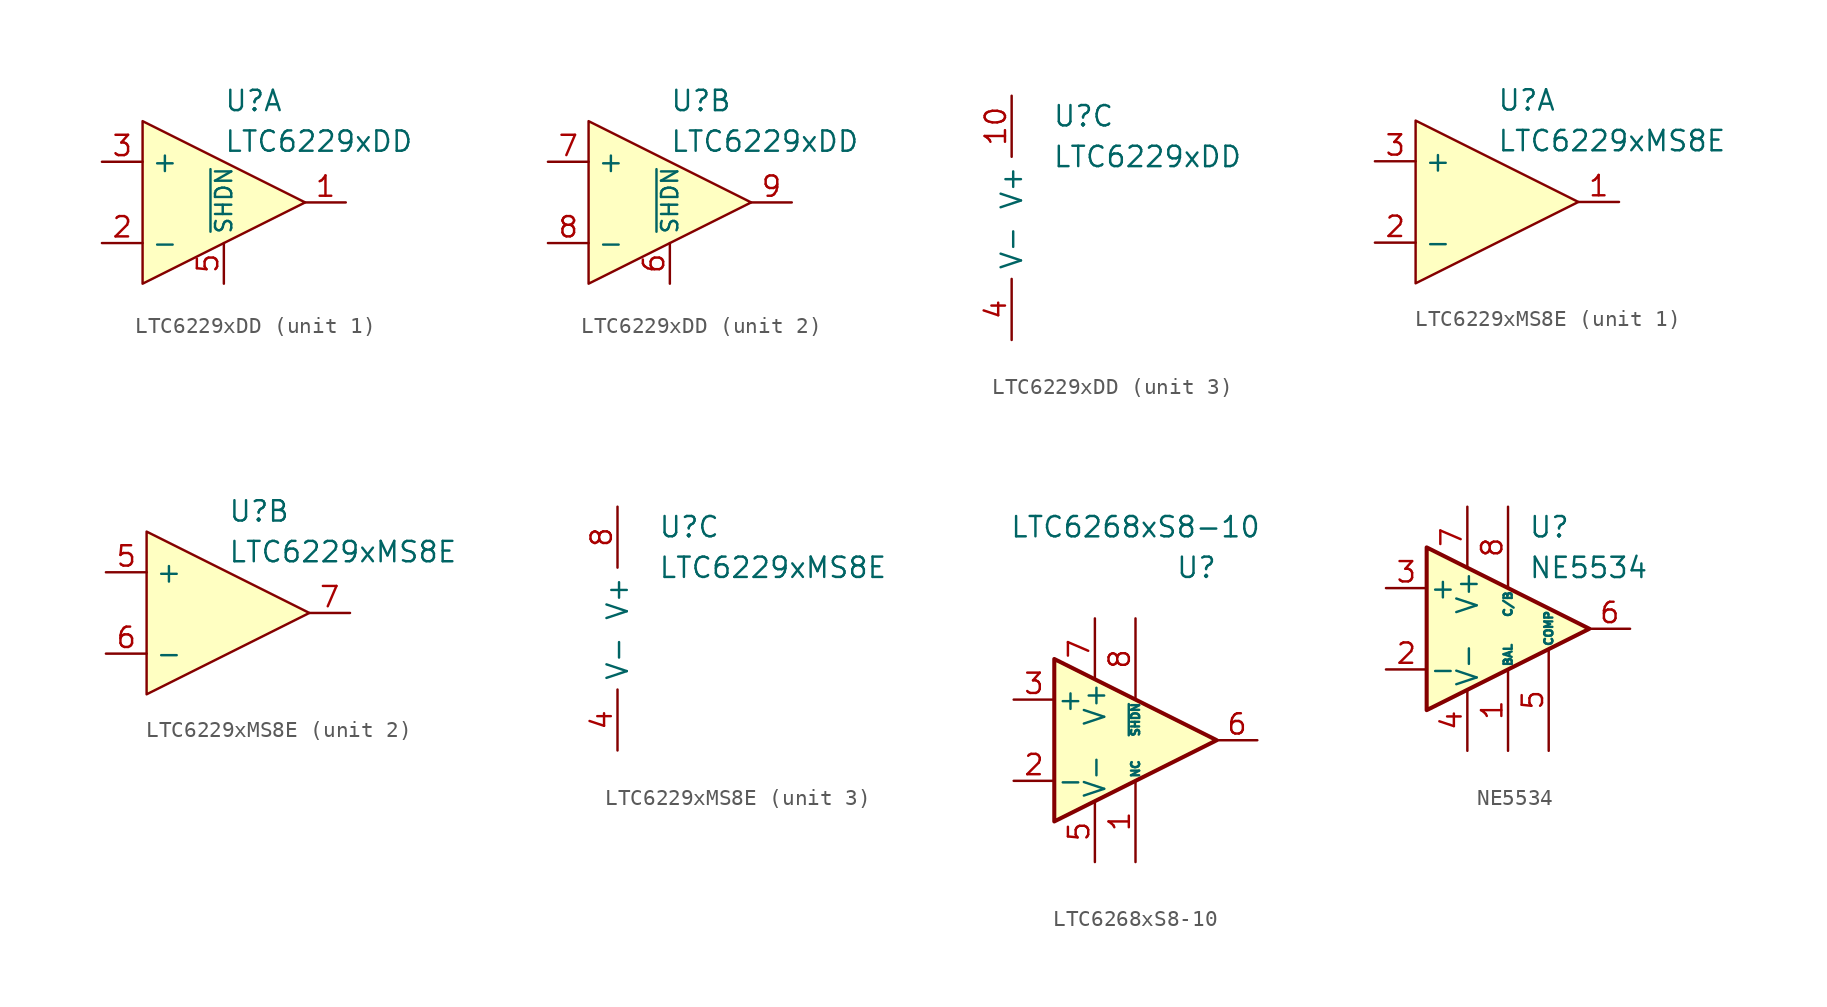
<source format=kicad_sym>
(kicad_symbol_lib
  (version 20201005)
  (generator kicad_symbol_editor)
  (symbol "LTC6229xDD"
    (property "Reference" "U"
      (at 0 6.35 0)
      (effects (font (size 1.27 1.27)) (justify left)))
    (property "Value" "LTC6229xDD"
      (at 0 3.81 0)
      (effects (font (size 1.27 1.27)) (justify left)))
    (symbol "LTC6229xDD_1_1"
      (polyline (pts (xy -5.08 5.08) (xy 5.08 0) (xy -5.08 -5.08) (xy -5.08 5.08)) (stroke (width 0)) (fill (type background)))
      (pin output line (at 7.62 0 180) (length 2.54) (name "~" (effects (font (size 1.27 1.27)))) (number "1" (effects (font (size 1.27 1.27)))))
      (pin input line (at -7.62 -2.54 0) (length 2.54) (name "-" (effects (font (size 1.27 1.27)))) (number "2" (effects (font (size 1.27 1.27)))))
      (pin input line (at -7.62 2.54 0) (length 2.54) (name "+" (effects (font (size 1.27 1.27)))) (number "3" (effects (font (size 1.27 1.27)))))
      (pin input line (at 0 -5.08 90) (length 2.54) (name "~SHDN" (effects (font (size 1.016 1.016)))) (number "5" (effects (font (size 1.27 1.27))))))
    (symbol "LTC6229xDD_2_1"
      (polyline (pts (xy -5.08 5.08) (xy 5.08 0) (xy -5.08 -5.08) (xy -5.08 5.08)) (stroke (width 0)) (fill (type background)))
      (pin input line (at 0 -5.08 90) (length 2.54) (name "~SHDN" (effects (font (size 1.016 1.016)))) (number "6" (effects (font (size 1.27 1.27)))))
      (pin input line (at -7.62 2.54 0) (length 2.54) (name "+" (effects (font (size 1.27 1.27)))) (number "7" (effects (font (size 1.27 1.27)))))
      (pin input line (at -7.62 -2.54 0) (length 2.54) (name "-" (effects (font (size 1.27 1.27)))) (number "8" (effects (font (size 1.27 1.27)))))
      (pin output line (at 7.62 0 180) (length 2.54) (name "~" (effects (font (size 1.27 1.27)))) (number "9" (effects (font (size 1.27 1.27))))))
    (symbol "LTC6229xDD_3_1"
      (pin power_in line (at -2.54 7.62 270) (length 3.81) (name "V+" (effects (font (size 1.27 1.27)))) (number "10" (effects (font (size 1.27 1.27)))))
      (pin passive line (at -2.54 -7.62 90) (length 3.81) hide (name "V-" (effects (font (size 1.27 1.27)))) (number "11" (effects (font (size 1.27 1.27)))))
      (pin power_in line (at -2.54 -7.62 90) (length 3.81) (name "V-" (effects (font (size 1.27 1.27)))) (number "4" (effects (font (size 1.27 1.27)))))))
  (symbol "LTC6229xMS8E"
    (property "Reference" "U"
      (at 0 6.35 0)
      (effects (font (size 1.27 1.27)) (justify left)))
    (property "Value" "LTC6229xMS8E"
      (at 0 3.81 0)
      (effects (font (size 1.27 1.27)) (justify left)))
    (symbol "LTC6229xMS8E_1_1"
      (polyline (pts (xy -5.08 5.08) (xy 5.08 0) (xy -5.08 -5.08) (xy -5.08 5.08)) (stroke (width 0)) (fill (type background)))
      (pin output line (at 7.62 0 180) (length 2.54) (name "~" (effects (font (size 1.27 1.27)))) (number "1" (effects (font (size 1.27 1.27)))))
      (pin input line (at -7.62 -2.54 0) (length 2.54) (name "-" (effects (font (size 1.27 1.27)))) (number "2" (effects (font (size 1.27 1.27)))))
      (pin input line (at -7.62 2.54 0) (length 2.54) (name "+" (effects (font (size 1.27 1.27)))) (number "3" (effects (font (size 1.27 1.27))))))
    (symbol "LTC6229xMS8E_2_1"
      (polyline (pts (xy -5.08 5.08) (xy 5.08 0) (xy -5.08 -5.08) (xy -5.08 5.08)) (stroke (width 0)) (fill (type background)))
      (pin input line (at -7.62 2.54 0) (length 2.54) (name "+" (effects (font (size 1.27 1.27)))) (number "5" (effects (font (size 1.27 1.27)))))
      (pin input line (at -7.62 -2.54 0) (length 2.54) (name "-" (effects (font (size 1.27 1.27)))) (number "6" (effects (font (size 1.27 1.27)))))
      (pin output line (at 7.62 0 180) (length 2.54) (name "~" (effects (font (size 1.27 1.27)))) (number "7" (effects (font (size 1.27 1.27))))))
    (symbol "LTC6229xMS8E_3_1"
      (pin power_in line (at -2.54 -7.62 90) (length 3.81) (name "V-" (effects (font (size 1.27 1.27)))) (number "4" (effects (font (size 1.27 1.27)))))
      (pin power_in line (at -2.54 7.62 270) (length 3.81) (name "V+" (effects (font (size 1.27 1.27)))) (number "8" (effects (font (size 1.27 1.27)))))
      (pin passive line (at -2.54 -7.62 90) (length 3.81) hide (name "V-" (effects (font (size 1.27 1.27)))) (number "9" (effects (font (size 1.27 1.27)))))))
  (symbol "LTC6268xS8-10"
    (pin_names
      (offset 0.127))
    (property "Reference" "U"
      (at 3.81 10.795 0)
      (effects (font (size 1.27 1.27))))
    (property "Value" "LTC6268xS8-10"
      (at 0 13.335 0)
      (effects (font (size 1.27 1.27))))
    (symbol "LTC6268xS8-10_1_1"
      (polyline (pts (xy -5.08 5.08) (xy -5.08 -5.08) (xy 5.08 0) (xy -5.08 5.08)) (stroke (width 0.254)) (fill (type background)))
      (pin passive line (at 0 -7.62 90) (length 5.08) (name "NC" (effects (font (size 0.508 0.508)))) (number "1" (effects (font (size 1.27 1.27)))))
      (pin input line (at -7.62 -2.54 0) (length 2.54) (name "-" (effects (font (size 1.27 1.27)))) (number "2" (effects (font (size 1.27 1.27)))))
      (pin input line (at -7.62 2.54 0) (length 2.54) (name "+" (effects (font (size 1.27 1.27)))) (number "3" (effects (font (size 1.27 1.27)))))
      (pin passive line (at 0 -7.62 90) (length 5.08) hide (name "NC" (effects (font (size 0.508 0.508)))) (number "4" (effects (font (size 1.27 1.27)))))
      (pin power_in line (at -2.54 -7.62 90) (length 3.81) (name "V-" (effects (font (size 1.27 1.27)))) (number "5" (effects (font (size 1.27 1.27)))))
      (pin output line (at 7.62 0 180) (length 2.54) (name "~" (effects (font (size 1.27 1.27)))) (number "6" (effects (font (size 1.27 1.27)))))
      (pin power_in line (at -2.54 7.62 270) (length 3.81) (name "V+" (effects (font (size 1.27 1.27)))) (number "7" (effects (font (size 1.27 1.27)))))
      (pin input line (at 0 7.62 270) (length 5.08) (name "~SHDN" (effects (font (size 0.508 0.508)))) (number "8" (effects (font (size 1.27 1.27)))))))
  (symbol "NE5534"
    (pin_names
      (offset 0.127))
    (property "Reference" "U"
      (at 1.27 6.35 0)
      (effects (font (size 1.27 1.27)) (justify left)))
    (property "Value" "NE5534"
      (at 1.27 3.81 0)
      (effects (font (size 1.27 1.27)) (justify left)))
    (symbol "NE5534_0_1"
      (polyline (pts (xy -5.08 5.08) (xy 5.08 0) (xy -5.08 -5.08) (xy -5.08 5.08)) (stroke (width 0.254)) (fill (type background))))
    (symbol "NE5534_1_1"
      (pin input line (at 0 -7.62 90) (length 5.08) (name "BAL" (effects (font (size 0.508 0.508)))) (number "1" (effects (font (size 1.27 1.27)))))
      (pin input line (at -7.62 -2.54 0) (length 2.54) (name "-" (effects (font (size 1.27 1.27)))) (number "2" (effects (font (size 1.27 1.27)))))
      (pin input line (at -7.62 2.54 0) (length 2.54) (name "+" (effects (font (size 1.27 1.27)))) (number "3" (effects (font (size 1.27 1.27)))))
      (pin power_in line (at -2.54 -7.62 90) (length 3.81) (name "V-" (effects (font (size 1.27 1.27)))) (number "4" (effects (font (size 1.27 1.27)))))
      (pin input line (at 2.54 -7.62 90) (length 6.35) (name "COMP" (effects (font (size 0.508 0.508)))) (number "5" (effects (font (size 1.27 1.27)))))
      (pin output line (at 7.62 0 180) (length 2.54) (name "~" (effects (font (size 1.27 1.27)))) (number "6" (effects (font (size 1.27 1.27)))))
      (pin power_in line (at -2.54 7.62 270) (length 3.81) (name "V+" (effects (font (size 1.27 1.27)))) (number "7" (effects (font (size 1.27 1.27)))))
      (pin input line (at 0 7.62 270) (length 5.08) (name "C/B" (effects (font (size 0.508 0.508)))) (number "8" (effects (font (size 1.27 1.27))))))))
</source>
